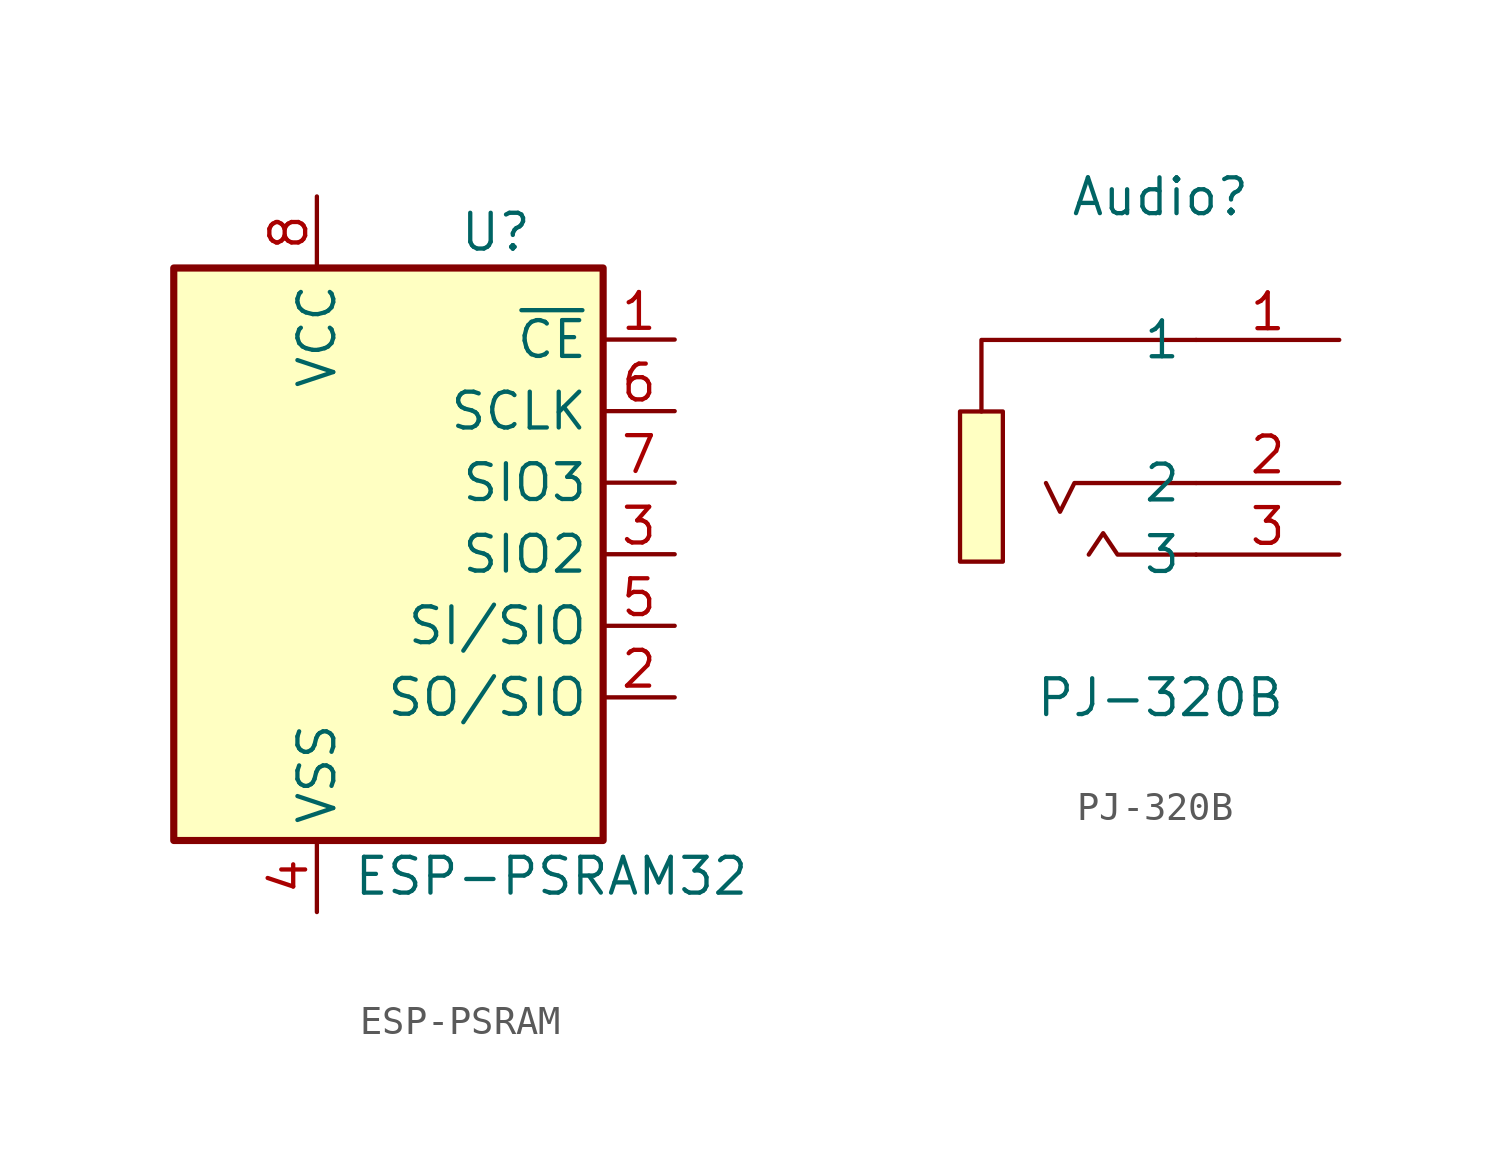
<source format=kicad_sym>
(kicad_symbol_lib
  (version 20231120)
  (generator "kicad_symbol_editor")
  (generator_version "8.0")
  (symbol "ESP-PSRAM"
    (property "Reference" "U"
      (at 3.81 11.43 0)
      (effects (font (size 1.27 1.27))))
    (property "Value" "ESP-PSRAM32"
      (at -1.27 -11.43 0)
      (effects (font (size 1.27 1.27)) (justify left)))
    (symbol "ESP-PSRAM_0_1"
      (rectangle (start -7.62 10.16) (end 7.62 -10.16) (stroke (width 0.254) (type default)) (fill (type background))))
    (symbol "ESP-PSRAM_1_1"
      (pin input line (at 10.16 7.62 180) (length 2.54) (name "~{CE}" (effects (font (size 1.27 1.27)))) (number "1" (effects (font (size 1.27 1.27)))))
      (pin output line (at 10.16 -5.08 180) (length 2.54) (name "SO/SIO" (effects (font (size 1.27 1.27)))) (number "2" (effects (font (size 1.27 1.27)))))
      (pin bidirectional line (at 10.16 0 180) (length 2.54) (name "SIO2" (effects (font (size 1.27 1.27)))) (number "3" (effects (font (size 1.27 1.27)))))
      (pin power_in line (at -2.54 -12.7 90) (length 2.54) (name "VSS" (effects (font (size 1.27 1.27)))) (number "4" (effects (font (size 1.27 1.27)))))
      (pin input line (at 10.16 -2.54 180) (length 2.54) (name "SI/SIO" (effects (font (size 1.27 1.27)))) (number "5" (effects (font (size 1.27 1.27)))))
      (pin output line (at 10.16 5.08 180) (length 2.54) (name "SCLK" (effects (font (size 1.27 1.27)))) (number "6" (effects (font (size 1.27 1.27)))))
      (pin bidirectional line (at 10.16 2.54 180) (length 2.54) (name "SIO3" (effects (font (size 1.27 1.27)))) (number "7" (effects (font (size 1.27 1.27)))))
      (pin power_in line (at -2.54 12.7 270) (length 2.54) (name "VCC" (effects (font (size 1.27 1.27)))) (number "8" (effects (font (size 1.27 1.27)))))))
  (symbol "PJ-320B"
    (property "Reference" "Audio"
      (at 0 7.62 0)
      (effects (font (size 1.27 1.27))))
    (property "Value" "PJ-320B"
      (at 0 -10.16 0)
      (effects (font (size 1.27 1.27))))
    (symbol "PJ-320B_0_1"
      (rectangle (start -7.11 0) (end -5.59 -5.33) (stroke (width 0) (type default)) (fill (type background)))
      (polyline (pts (xy 1.27 2.54) (xy -6.35 2.54) (xy -6.35 0)) (stroke (width 0) (type default)) (fill (type none)))
      (polyline (pts (xy 1.27 -5.08) (xy -1.52 -5.08) (xy -2.03 -4.32) (xy -2.54 -5.08)) (stroke (width 0) (type default)) (fill (type none)))
      (polyline (pts (xy 1.27 -2.54) (xy -3.05 -2.54) (xy -3.56 -3.56) (xy -4.06 -2.54)) (stroke (width 0) (type default)) (fill (type none)))
      (pin unspecified line (at 6.35 2.54 180) (length 5.08) (name "1" (effects (font (size 1.27 1.27)))) (number "1" (effects (font (size 1.27 1.27)))))
      (pin unspecified line (at 6.35 -2.54 180) (length 5.08) (name "2" (effects (font (size 1.27 1.27)))) (number "2" (effects (font (size 1.27 1.27)))))
      (pin unspecified line (at 6.35 -5.08 180) (length 5.08) (name "3" (effects (font (size 1.27 1.27)))) (number "3" (effects (font (size 1.27 1.27))))))))
</source>
